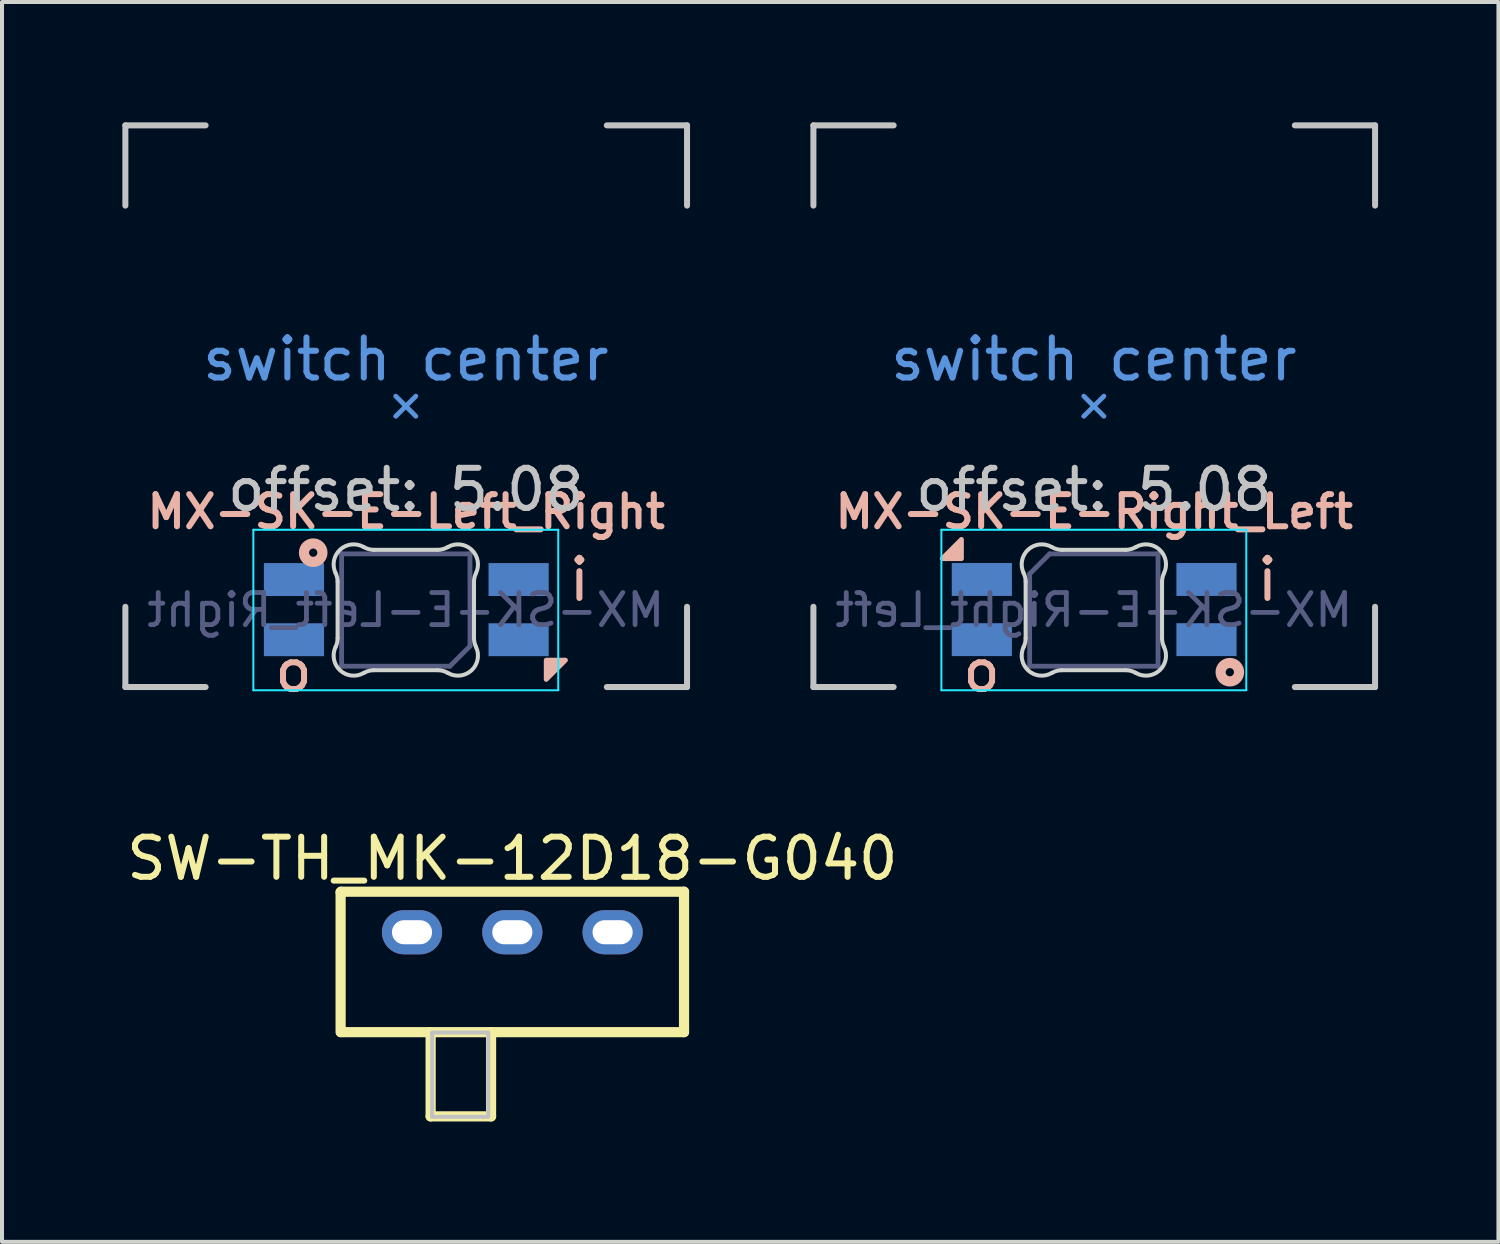
<source format=kicad_pcb>
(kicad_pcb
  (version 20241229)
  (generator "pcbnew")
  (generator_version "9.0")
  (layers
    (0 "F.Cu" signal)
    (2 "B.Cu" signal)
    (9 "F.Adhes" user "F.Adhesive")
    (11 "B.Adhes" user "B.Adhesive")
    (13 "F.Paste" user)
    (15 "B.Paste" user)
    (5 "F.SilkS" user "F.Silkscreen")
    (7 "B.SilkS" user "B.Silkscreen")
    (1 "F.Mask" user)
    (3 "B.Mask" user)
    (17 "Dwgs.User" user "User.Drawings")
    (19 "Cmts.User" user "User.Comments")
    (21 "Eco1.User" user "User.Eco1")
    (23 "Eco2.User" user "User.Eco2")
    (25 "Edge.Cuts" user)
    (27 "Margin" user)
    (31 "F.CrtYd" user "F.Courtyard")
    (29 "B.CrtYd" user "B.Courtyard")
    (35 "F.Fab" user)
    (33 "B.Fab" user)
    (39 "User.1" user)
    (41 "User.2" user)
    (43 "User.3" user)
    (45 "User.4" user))
  (footprint "MX-SK-E-Left_Right"
    (layer "F.Cu")
    (at 7.075 7.075)
    (property "Reference" "MX-SK-E-Left_Right" (at 0 2.63 0) (layer "B.SilkS") (effects (font (size 0.8 0.8) (thickness 0.15))))
    (attr through_hole)
    (fp_circle (center -2.318 3.651) (end -2.421 3.651) (stroke (width 0.254) (type default)) (fill no) (layer "B.SilkS"))
    (fp_poly (pts (xy 3.49 6.33) (xy 3.49 6.81) (xy 3.97 6.33) (xy 3.49 6.33)) (stroke (width 0.12) (type solid)) (fill yes) (layer "B.SilkS"))
    (fp_line (start -7 -7) (end -7 -5) (stroke (width 0.15) (type solid)) (layer "Dwgs.User"))
    (fp_line (start -7 5) (end -7 7) (stroke (width 0.15) (type solid)) (layer "Dwgs.User"))
    (fp_line (start -7 7) (end -5 7) (stroke (width 0.15) (type solid)) (layer "Dwgs.User"))
    (fp_line (start -5 -7) (end -7 -7) (stroke (width 0.15) (type solid)) (layer "Dwgs.User"))
    (fp_line (start 5 -7) (end 7 -7) (stroke (width 0.15) (type solid)) (layer "Dwgs.User"))
    (fp_line (start 5 7) (end 7 7) (stroke (width 0.15) (type solid)) (layer "Dwgs.User"))
    (fp_line (start 7 -7) (end 7 -5) (stroke (width 0.15) (type solid)) (layer "Dwgs.User"))
    (fp_line (start 7 7) (end 7 5) (stroke (width 0.15) (type solid)) (layer "Dwgs.User"))
    (fp_line (start -0.26 0.25) (end -0.01 0) (stroke (width 0.12) (type solid)) (layer "Cmts.User"))
    (fp_line (start -0.01 0) (end -0.26 -0.25) (stroke (width 0.12) (type solid)) (layer "Cmts.User"))
    (fp_line (start -0.01 0) (end 0.24 -0.25) (stroke (width 0.12) (type solid)) (layer "Cmts.User"))
    (fp_line (start 0.24 0.25) (end -0.01 0) (stroke (width 0.12) (type solid)) (layer "Cmts.User"))
    (fp_line (start -1.71 5.783) (end -1.71 4.377) (stroke (width 0.1) (type solid)) (layer "Edge.Cuts"))
    (fp_line (start -0.804 3.58) (end 0.784 3.58) (stroke (width 0.1) (type solid)) (layer "Edge.Cuts"))
    (fp_line (start 0.784 6.58) (end -0.804 6.58) (stroke (width 0.1) (type solid)) (layer "Edge.Cuts"))
    (fp_line (start 1.69 4.377) (end 1.69 5.783) (stroke (width 0.1) (type solid)) (layer "Edge.Cuts"))
    (fp_arc (start -1.759484 4.160279) (mid -1.722526 4.265931) (end -1.709999 4.377157) (stroke (width 0.1) (type solid)) (layer "Edge.Cuts"))
    (fp_arc (start -1.759484 4.160279) (mid -1.648072 3.575964) (end -1.056711 3.5117) (stroke (width 0.1) (type solid)) (layer "Edge.Cuts"))
    (fp_arc (start -1.709999 5.782842) (mid -1.722536 5.894065) (end -1.759484 5.999719) (stroke (width 0.1) (type solid)) (layer "Edge.Cuts"))
    (fp_arc (start -1.056711 6.648296) (mid -1.64807 6.584033) (end -1.759484 5.999719) (stroke (width 0.1) (type solid)) (layer "Edge.Cuts"))
    (fp_arc (start -1.05671 6.648298) (mid -0.935122 6.597376) (end -0.804452 6.579999) (stroke (width 0.1) (type solid)) (layer "Edge.Cuts"))
    (fp_arc (start -0.804453 3.579999) (mid -0.935123 3.562622) (end -1.056711 3.5117) (stroke (width 0.1) (type solid)) (layer "Edge.Cuts"))
    (fp_arc (start 0.784452 6.579999) (mid 0.915123 6.597376) (end 1.036711 6.648298) (stroke (width 0.1) (type solid)) (layer "Edge.Cuts"))
    (fp_arc (start 1.036711 3.511701) (mid 0.915123 3.562623) (end 0.784453 3.58) (stroke (width 0.1) (type solid)) (layer "Edge.Cuts"))
    (fp_arc (start 1.036711 3.511701) (mid 1.628071 3.575964) (end 1.739484 4.160279) (stroke (width 0.1) (type solid)) (layer "Edge.Cuts"))
    (fp_arc (start 1.689999 4.377156) (mid 1.702528 4.265931) (end 1.739484 4.160279) (stroke (width 0.1) (type solid)) (layer "Edge.Cuts"))
    (fp_arc (start 1.739484 5.999718) (mid 1.628072 6.584034) (end 1.036711 6.648298) (stroke (width 0.1) (type solid)) (layer "Edge.Cuts"))
    (fp_arc (start 1.739484 5.999719) (mid 1.702519 5.894069) (end 1.689999 5.782841) (stroke (width 0.1) (type solid)) (layer "Edge.Cuts"))
    (fp_line (start -3.81 3.08) (end -3.81 7.08) (stroke (width 0.05) (type solid)) (layer "B.CrtYd"))
    (fp_line (start -3.81 7.08) (end 3.79 7.08) (stroke (width 0.05) (type solid)) (layer "B.CrtYd"))
    (fp_line (start 3.79 3.08) (end -3.81 3.08) (stroke (width 0.05) (type solid)) (layer "B.CrtYd"))
    (fp_line (start 3.79 7.08) (end 3.79 3.08) (stroke (width 0.05) (type solid)) (layer "B.CrtYd"))
    (fp_line (start -1.61 3.68) (end -1.61 6.48) (stroke (width 0.12) (type solid)) (layer "B.Fab"))
    (fp_line (start -1.61 6.48) (end 1.09 6.48) (stroke (width 0.12) (type solid)) (layer "B.Fab"))
    (fp_line (start 1.59 3.68) (end -1.61 3.68) (stroke (width 0.12) (type solid)) (layer "B.Fab"))
    (fp_line (start 1.59 5.98) (end 1.09 6.48) (stroke (width 0.12) (type solid)) (layer "B.Fab"))
    (fp_line (start 1.59 5.98) (end 1.59 3.68) (stroke (width 0.12) (type solid)) (layer "B.Fab"))
    (fp_poly (pts (xy -2.998 3.671) (xy -2.98 3.628) (xy -2.938 3.611) (xy -2.895 3.628) (xy -2.878 3.671) (xy -2.895 3.713) (xy -2.938 3.731) (xy -2.98 3.713)) (stroke (width 0.1) (type default)) (fill no) (layer "User.3"))
    (fp_text user "i" (at 3.98 4.91 0) (unlocked yes) (layer "B.SilkS") (effects (font (size 1 1) (thickness 0.15)) (justify left bottom)))
    (fp_text user "o" (at -3.36 7.18 0) (unlocked yes) (layer "B.SilkS") (effects (font (size 1 1) (thickness 0.15)) (justify left bottom)))
    (fp_text user "offset: 5.08" (at -0.01 2.08 0) (layer "Dwgs.User") (effects (font (size 1 1) (thickness 0.15))))
    (fp_text user "switch center" (at -0.01 -1.17 0) (layer "Cmts.User") (effects (font (size 1 1) (thickness 0.15))))
    (fp_text user "${REFERENCE}" (at -0.01 5.08 0) (layer "B.Fab") (effects (font (size 0.8 0.8) (thickness 0.12)) (justify mirror)))
    (pad "1" smd rect (at -2.798 4.321 270) (size 0.82 1.5) (layers "B.Cu" "B.Mask" "B.Paste"))
    (pad "2" smd rect (at -2.798 5.821 270) (size 0.82 1.5) (layers "B.Cu" "B.Mask" "B.Paste"))
    (pad "3" smd rect (at 2.802 5.821 270) (size 0.82 1.5) (layers "B.Cu" "B.Mask" "B.Paste"))
    (pad "4" smd rect (at 2.802 4.321 270) (size 0.82 1.5) (layers "B.Cu" "B.Mask" "B.Paste")))
  (footprint "SW-TH_MK-12D18-G040"
    (layer "F.Cu")
    (at 9.72 20.187)
    (property "Reference" "SW-TH_MK-12D18-G040" (at 0 -1.837 0) (layer "F.SilkS") (effects (font (size 1 1) (thickness 0.15))))
    (fp_line (start -4.28 -1) (end -4.27 -1.01) (stroke (width 0.254) (type default)) (layer "F.SilkS"))
    (fp_line (start -4.28 2.49) (end -4.28 -1) (stroke (width 0.254) (type default)) (layer "F.SilkS"))
    (fp_line (start -4.27 -1.01) (end 4.28 -1.01) (stroke (width 0.254) (type default)) (layer "F.SilkS"))
    (fp_line (start -2.036 2.49) (end -2.036 4.59) (stroke (width 0.254) (type default)) (layer "F.SilkS"))
    (fp_line (start -2.036 4.59) (end -0.53 4.59) (stroke (width 0.254) (type default)) (layer "F.SilkS"))
    (fp_line (start -0.53 4.59) (end -0.53 2.49) (stroke (width 0.254) (type default)) (layer "F.SilkS"))
    (fp_line (start 4.28 -1.01) (end 4.28 2.49) (stroke (width 0.254) (type default)) (layer "F.SilkS"))
    (fp_line (start 4.28 2.49) (end -4.27 2.49) (stroke (width 0.254) (type default)) (layer "F.SilkS"))
    (fp_poly (pts (xy -2 2.5) (xy -2 4.6) (xy -0.6 4.6) (xy -0.6 2.5)) (stroke (width 0.1) (type default)) (fill no) (layer "Dwgs.User"))
    (fp_poly (pts (xy -2.2 -0.15) (xy -2.2 0.15) (xy -2.8 0.15) (xy -2.8 -0.15)) (stroke (width 0.1) (type default)) (fill no) (layer "User.1"))
    (fp_poly (pts (xy 0.3 -0.15) (xy 0.3 0.15) (xy -0.3 0.15) (xy -0.3 -0.15)) (stroke (width 0.1) (type default)) (fill no) (layer "User.1"))
    (fp_poly (pts (xy 2.8 -0.15) (xy 2.8 0.15) (xy 2.2 0.15) (xy 2.2 -0.15)) (stroke (width 0.1) (type default)) (fill no) (layer "User.1"))
    (fp_line (start -4.275 -1.01) (end -4.275 2.49) (stroke (width 0.051) (type default)) (layer "User.2"))
    (fp_line (start -4.275 2.49) (end -2.031 2.49) (stroke (width 0.051) (type default)) (layer "User.2"))
    (fp_line (start -2.031 2.49) (end -2.031 4.59) (stroke (width 0.051) (type default)) (layer "User.2"))
    (fp_line (start -2.031 4.59) (end -0.531 4.59) (stroke (width 0.051) (type default)) (layer "User.2"))
    (fp_line (start -0.531 2.49) (end 4.275 2.49) (stroke (width 0.051) (type default)) (layer "User.2"))
    (fp_line (start -0.531 4.59) (end -0.531 2.49) (stroke (width 0.051) (type default)) (layer "User.2"))
    (fp_line (start 4.275 -1.01) (end -4.275 -1.01) (stroke (width 0.051) (type default)) (layer "User.2"))
    (fp_line (start 4.275 2.49) (end 4.275 -1.01) (stroke (width 0.051) (type default)) (layer "User.2"))
    (fp_poly (pts (xy -4.215 4.59) (xy -4.233 4.548) (xy -4.275 4.53) (xy -4.317 4.548) (xy -4.335 4.59) (xy -4.317 4.632) (xy -4.275 4.65) (xy -4.233 4.632)) (stroke (width 0.1) (type default)) (fill no) (layer "User.3"))
    (pad "1" thru_hole oval (at -2.5 0 90) (size 1.1 1.5) (drill oval 0.6 1) (layers "*.Cu" "*.Mask"))
    (pad "2" thru_hole oval (at 0 0 90) (size 1.1 1.5) (drill oval 0.6 1) (layers "*.Cu" "*.Mask"))
    (pad "3" thru_hole oval (at 2.5 0 90) (size 1.1 1.5) (drill oval 0.6 1) (layers "*.Cu" "*.Mask")))
  (footprint "MX-SK-E-Right_Left"
    (layer "F.Cu")
    (at 24.225 7.075)
    (property "Reference" "MX-SK-E-Right_Left" (at 0 2.63 0) (layer "B.SilkS") (effects (font (size 0.8 0.8) (thickness 0.15))))
    (attr through_hole)
    (fp_circle (center 3.38 6.63) (end 3.277 6.63) (stroke (width 0.254) (type default)) (fill no) (layer "B.SilkS"))
    (fp_poly (pts (xy -3.31 3.8) (xy -3.31 3.32) (xy -3.79 3.8) (xy -3.31 3.8)) (stroke (width 0.12) (type solid)) (fill yes) (layer "B.SilkS"))
    (fp_line (start -7 -7) (end -7 -5) (stroke (width 0.15) (type solid)) (layer "Dwgs.User"))
    (fp_line (start -7 5) (end -7 7) (stroke (width 0.15) (type solid)) (layer "Dwgs.User"))
    (fp_line (start -7 7) (end -5 7) (stroke (width 0.15) (type solid)) (layer "Dwgs.User"))
    (fp_line (start -5 -7) (end -7 -7) (stroke (width 0.15) (type solid)) (layer "Dwgs.User"))
    (fp_line (start 5 -7) (end 7 -7) (stroke (width 0.15) (type solid)) (layer "Dwgs.User"))
    (fp_line (start 5 7) (end 7 7) (stroke (width 0.15) (type solid)) (layer "Dwgs.User"))
    (fp_line (start 7 -7) (end 7 -5) (stroke (width 0.15) (type solid)) (layer "Dwgs.User"))
    (fp_line (start 7 7) (end 7 5) (stroke (width 0.15) (type solid)) (layer "Dwgs.User"))
    (fp_line (start -0.26 0.25) (end -0.01 0) (stroke (width 0.12) (type solid)) (layer "Cmts.User"))
    (fp_line (start -0.01 0) (end -0.26 -0.25) (stroke (width 0.12) (type solid)) (layer "Cmts.User"))
    (fp_line (start -0.01 0) (end 0.24 -0.25) (stroke (width 0.12) (type solid)) (layer "Cmts.User"))
    (fp_line (start 0.24 0.25) (end -0.01 0) (stroke (width 0.12) (type solid)) (layer "Cmts.User"))
    (fp_line (start -1.71 5.783) (end -1.71 4.377) (stroke (width 0.1) (type solid)) (layer "Edge.Cuts"))
    (fp_line (start -0.804 3.58) (end 0.784 3.58) (stroke (width 0.1) (type solid)) (layer "Edge.Cuts"))
    (fp_line (start 0.784 6.58) (end -0.804 6.58) (stroke (width 0.1) (type solid)) (layer "Edge.Cuts"))
    (fp_line (start 1.69 4.377) (end 1.69 5.783) (stroke (width 0.1) (type solid)) (layer "Edge.Cuts"))
    (fp_arc (start -1.759484 4.160279) (mid -1.722526 4.265931) (end -1.709999 4.377157) (stroke (width 0.1) (type solid)) (layer "Edge.Cuts"))
    (fp_arc (start -1.759484 4.160279) (mid -1.648072 3.575964) (end -1.056711 3.5117) (stroke (width 0.1) (type solid)) (layer "Edge.Cuts"))
    (fp_arc (start -1.709999 5.782842) (mid -1.722536 5.894065) (end -1.759484 5.999719) (stroke (width 0.1) (type solid)) (layer "Edge.Cuts"))
    (fp_arc (start -1.056711 6.648296) (mid -1.64807 6.584033) (end -1.759484 5.999719) (stroke (width 0.1) (type solid)) (layer "Edge.Cuts"))
    (fp_arc (start -1.05671 6.648298) (mid -0.935122 6.597376) (end -0.804452 6.579999) (stroke (width 0.1) (type solid)) (layer "Edge.Cuts"))
    (fp_arc (start -0.804453 3.579999) (mid -0.935123 3.562622) (end -1.056711 3.5117) (stroke (width 0.1) (type solid)) (layer "Edge.Cuts"))
    (fp_arc (start 0.784452 6.579999) (mid 0.915123 6.597376) (end 1.036711 6.648298) (stroke (width 0.1) (type solid)) (layer "Edge.Cuts"))
    (fp_arc (start 1.036711 3.511701) (mid 0.915123 3.562623) (end 0.784453 3.58) (stroke (width 0.1) (type solid)) (layer "Edge.Cuts"))
    (fp_arc (start 1.036711 3.511701) (mid 1.628071 3.575964) (end 1.739484 4.160279) (stroke (width 0.1) (type solid)) (layer "Edge.Cuts"))
    (fp_arc (start 1.689999 4.377156) (mid 1.702528 4.265931) (end 1.739484 4.160279) (stroke (width 0.1) (type solid)) (layer "Edge.Cuts"))
    (fp_arc (start 1.739484 5.999718) (mid 1.628072 6.584034) (end 1.036711 6.648298) (stroke (width 0.1) (type solid)) (layer "Edge.Cuts"))
    (fp_arc (start 1.739484 5.999719) (mid 1.702519 5.894069) (end 1.689999 5.782841) (stroke (width 0.1) (type solid)) (layer "Edge.Cuts"))
    (fp_line (start -3.81 3.08) (end -3.81 7.08) (stroke (width 0.05) (type solid)) (layer "B.CrtYd"))
    (fp_line (start -3.81 7.08) (end 3.79 7.08) (stroke (width 0.05) (type solid)) (layer "B.CrtYd"))
    (fp_line (start 3.79 3.08) (end -3.81 3.08) (stroke (width 0.05) (type solid)) (layer "B.CrtYd"))
    (fp_line (start 3.79 7.08) (end 3.79 3.08) (stroke (width 0.05) (type solid)) (layer "B.CrtYd"))
    (fp_line (start -1.61 4.18) (end -1.61 6.48) (stroke (width 0.12) (type solid)) (layer "B.Fab"))
    (fp_line (start -1.61 4.18) (end -1.11 3.68) (stroke (width 0.12) (type solid)) (layer "B.Fab"))
    (fp_line (start -1.61 6.48) (end 1.59 6.48) (stroke (width 0.12) (type solid)) (layer "B.Fab"))
    (fp_line (start 1.59 3.68) (end -1.11 3.68) (stroke (width 0.12) (type solid)) (layer "B.Fab"))
    (fp_line (start 1.59 6.48) (end 1.59 3.68) (stroke (width 0.12) (type solid)) (layer "B.Fab"))
    (fp_poly (pts (xy -2.998 3.671) (xy -2.98 3.628) (xy -2.938 3.611) (xy -2.895 3.628) (xy -2.878 3.671) (xy -2.895 3.713) (xy -2.938 3.731) (xy -2.98 3.713)) (stroke (width 0.1) (type default)) (fill no) (layer "User.3"))
    (fp_text user "o" (at -3.36 7.18 0) (unlocked yes) (layer "B.SilkS") (effects (font (size 1 1) (thickness 0.15)) (justify left bottom)))
    (fp_text user "i" (at 3.98 4.91 0) (unlocked yes) (layer "B.SilkS") (effects (font (size 1 1) (thickness 0.15)) (justify left bottom)))
    (fp_text user "offset: 5.08" (at -0.01 2.08 0) (layer "Dwgs.User") (effects (font (size 1 1) (thickness 0.15))))
    (fp_text user "switch center" (at -0.01 -1.17 0) (layer "Cmts.User") (effects (font (size 1 1) (thickness 0.15))))
    (fp_text user "${REFERENCE}" (at -0.01 5.08 0) (layer "B.Fab") (effects (font (size 0.8 0.8) (thickness 0.12)) (justify mirror)))
    (pad "1" smd rect (at 2.798 5.819 90) (size 0.82 1.5) (layers "B.Cu" "B.Mask" "B.Paste"))
    (pad "2" smd rect (at 2.798 4.319 90) (size 0.82 1.5) (layers "B.Cu" "B.Mask" "B.Paste"))
    (pad "3" smd rect (at -2.802 4.319 90) (size 0.82 1.5) (layers "B.Cu" "B.Mask" "B.Paste"))
    (pad "4" smd rect (at -2.802 5.819 90) (size 0.82 1.5) (layers "B.Cu" "B.Mask" "B.Paste")))
  (gr_rect
    (start -3 -3)
    (end 34.3 27.904)
    (stroke (width 0.1) (type default))
    (fill no)
    (layer "Edge.Cuts")))
</source>
